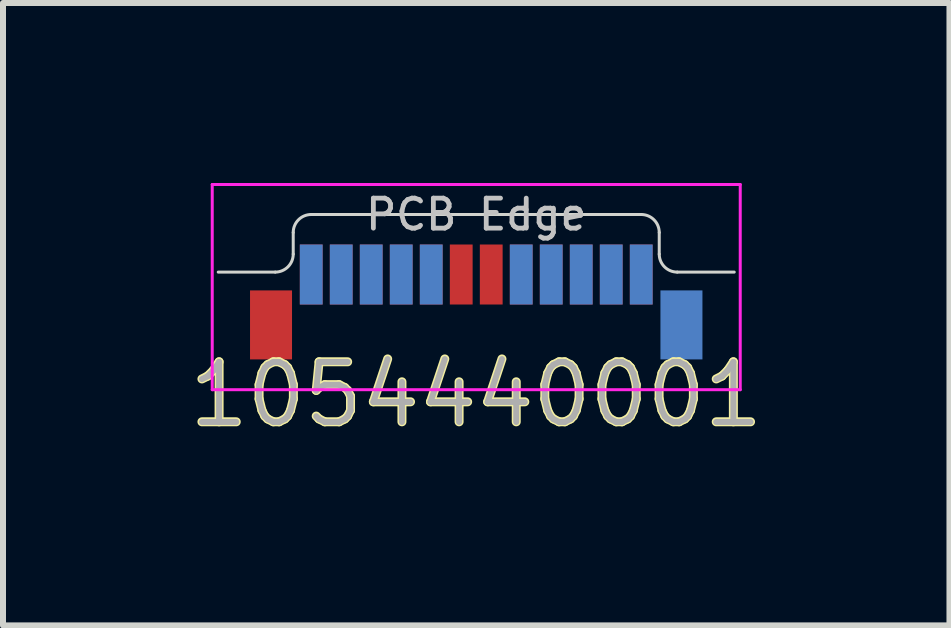
<source format=kicad_pcb>
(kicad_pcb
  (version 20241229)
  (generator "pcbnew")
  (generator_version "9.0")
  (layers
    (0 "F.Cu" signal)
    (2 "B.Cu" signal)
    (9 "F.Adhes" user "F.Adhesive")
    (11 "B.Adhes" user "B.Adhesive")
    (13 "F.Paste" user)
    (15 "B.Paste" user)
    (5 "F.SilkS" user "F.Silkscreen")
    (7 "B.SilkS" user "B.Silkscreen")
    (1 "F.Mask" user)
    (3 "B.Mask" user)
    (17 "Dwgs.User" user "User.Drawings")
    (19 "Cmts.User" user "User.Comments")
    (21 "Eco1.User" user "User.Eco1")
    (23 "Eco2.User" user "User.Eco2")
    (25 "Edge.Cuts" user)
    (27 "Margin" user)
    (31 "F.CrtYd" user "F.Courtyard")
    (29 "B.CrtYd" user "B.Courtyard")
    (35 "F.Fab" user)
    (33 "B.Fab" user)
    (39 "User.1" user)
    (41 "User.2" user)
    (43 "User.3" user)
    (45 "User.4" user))
  (footprint "1054440001"
    (layer "F.Cu")
    (at 4.887 1.485)
    (property "Reference" "1054440001" (at 0 2.04 0) (layer "F.SilkS") (effects (font (size 1 1) (thickness 0.15))))
    (attr smd)
    (fp_line (start -3.35 0) (end -4.3 0) (stroke (width 0.05) (type solid)) (layer "Edge.Cuts"))
    (fp_line (start -3.05 -0.66) (end -3.05 -0.3) (stroke (width 0.05) (type solid)) (layer "Edge.Cuts"))
    (fp_line (start -2.75 -0.96) (end 2.75 -0.96) (stroke (width 0.05) (type solid)) (layer "Edge.Cuts"))
    (fp_line (start 3.05 -0.66) (end 3.05 -0.3) (stroke (width 0.05) (type solid)) (layer "Edge.Cuts"))
    (fp_line (start 3.35 0) (end 4.3 0) (stroke (width 0.05) (type solid)) (layer "Edge.Cuts"))
    (fp_arc (start -3.05 -0.66) (mid -2.962132 -0.872132) (end -2.75 -0.96) (stroke (width 0.05) (type solid)) (layer "Edge.Cuts"))
    (fp_arc (start -3.05 -0.3) (mid -3.137867 -0.087867) (end -3.35 0) (stroke (width 0.05) (type solid)) (layer "Edge.Cuts"))
    (fp_arc (start 2.75 -0.96) (mid 2.962132 -0.872132) (end 3.05 -0.66) (stroke (width 0.05) (type solid)) (layer "Edge.Cuts"))
    (fp_arc (start 3.35 0) (mid 3.137868 -0.087868) (end 3.05 -0.3) (stroke (width 0.05) (type solid)) (layer "Edge.Cuts"))
    (fp_line (start -4.4 1.96) (end -4.4 -1.46) (stroke (width 0.05) (type solid)) (layer "F.CrtYd"))
    (fp_line (start 4.4 -1.46) (end -4.4 -1.46) (stroke (width 0.05) (type solid)) (layer "F.CrtYd"))
    (fp_line (start 4.4 1.96) (end -4.4 1.96) (stroke (width 0.05) (type solid)) (layer "F.CrtYd"))
    (fp_line (start 4.4 1.96) (end 4.4 -1.46) (stroke (width 0.05) (type solid)) (layer "F.CrtYd"))
    (fp_text user "PCB Edge" (at 0 -0.96 0) (layer "Dwgs.User") (effects (font (size 0.5 0.5) (thickness 0.08))))
    (fp_text user "${REFERENCE}" (at 0 2.04 0) (layer "F.Fab") (effects (font (size 1 1) (thickness 0.1))))
    (pad "A1" smd rect (at -2.75 0.04) (size 0.38 1) (layers "F.Cu" "F.Mask" "F.Paste"))
    (pad "A2" smd rect (at -2.25 0.04) (size 0.38 1) (layers "F.Cu" "F.Mask" "F.Paste"))
    (pad "A3" smd rect (at -1.75 0.04) (size 0.38 1) (layers "F.Cu" "F.Mask" "F.Paste"))
    (pad "A4" smd rect (at -1.25 0.04) (size 0.38 1) (layers "F.Cu" "F.Mask" "F.Paste"))
    (pad "A5" smd rect (at -0.75 0.04) (size 0.38 1) (layers "F.Cu" "F.Mask" "F.Paste"))
    (pad "A6" smd rect (at -0.25 0.04) (size 0.38 1) (layers "F.Cu" "F.Mask" "F.Paste"))
    (pad "A7" smd rect (at 0.25 0.04) (size 0.38 1) (layers "F.Cu" "F.Mask" "F.Paste"))
    (pad "A8" smd rect (at 0.75 0.04) (size 0.38 1) (layers "F.Cu" "F.Mask" "F.Paste"))
    (pad "A9" smd rect (at 1.25 0.04) (size 0.38 1) (layers "F.Cu" "F.Mask" "F.Paste"))
    (pad "A10" smd rect (at 1.75 0.04) (size 0.38 1) (layers "F.Cu" "F.Mask" "F.Paste"))
    (pad "A11" smd rect (at 2.25 0.04) (size 0.38 1) (layers "F.Cu" "F.Mask" "F.Paste"))
    (pad "A12" smd rect (at 2.75 0.04) (size 0.38 1) (layers "F.Cu" "F.Mask" "F.Paste"))
    (pad "B1" smd rect (at 2.75 0.04) (size 0.38 1) (layers "B.Cu" "B.Mask" "B.Paste"))
    (pad "B2" smd rect (at 2.25 0.04) (size 0.38 1) (layers "B.Cu" "B.Mask" "B.Paste"))
    (pad "B3" smd rect (at 1.75 0.04) (size 0.38 1) (layers "B.Cu" "B.Mask" "B.Paste"))
    (pad "B4" smd rect (at 1.25 0.04) (size 0.38 1) (layers "B.Cu" "B.Mask" "B.Paste"))
    (pad "B5" smd rect (at 0.75 0.04) (size 0.38 1) (layers "B.Cu" "B.Mask" "B.Paste"))
    (pad "B8" smd rect (at -0.75 0.04) (size 0.38 1) (layers "B.Cu" "B.Mask" "B.Paste"))
    (pad "B9" smd rect (at -1.25 0.04) (size 0.38 1) (layers "B.Cu" "B.Mask" "B.Paste"))
    (pad "B10" smd rect (at -1.75 0.04) (size 0.38 1) (layers "B.Cu" "B.Mask" "B.Paste"))
    (pad "B11" smd rect (at -2.25 0.04) (size 0.38 1) (layers "B.Cu" "B.Mask" "B.Paste"))
    (pad "B12" smd rect (at -2.75 0.04) (size 0.38 1) (layers "B.Cu" "B.Mask" "B.Paste"))
    (pad "SH1" smd rect (at -3.42 0.88) (size 0.7 1.15) (layers "F.Cu" "F.Mask" "F.Paste"))
    (pad "SH2" smd rect (at 3.42 0.88) (size 0.7 1.15) (layers "B.Cu" "B.Mask" "B.Paste")))
  (gr_rect
    (start -3 -3)
    (end 12.774 7.373)
    (stroke (width 0.1) (type default))
    (fill no)
    (layer "Edge.Cuts")))
</source>
